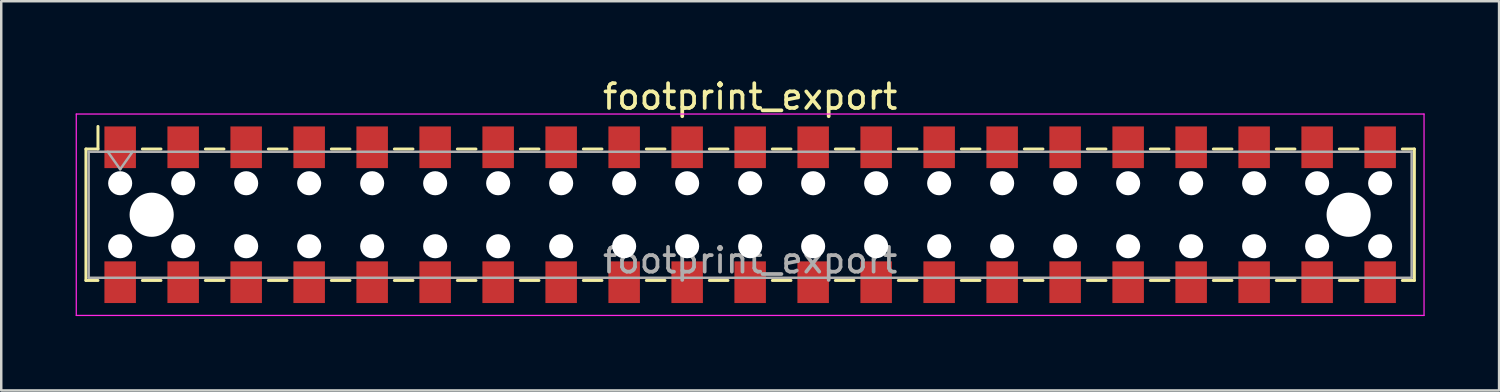
<source format=kicad_pcb>
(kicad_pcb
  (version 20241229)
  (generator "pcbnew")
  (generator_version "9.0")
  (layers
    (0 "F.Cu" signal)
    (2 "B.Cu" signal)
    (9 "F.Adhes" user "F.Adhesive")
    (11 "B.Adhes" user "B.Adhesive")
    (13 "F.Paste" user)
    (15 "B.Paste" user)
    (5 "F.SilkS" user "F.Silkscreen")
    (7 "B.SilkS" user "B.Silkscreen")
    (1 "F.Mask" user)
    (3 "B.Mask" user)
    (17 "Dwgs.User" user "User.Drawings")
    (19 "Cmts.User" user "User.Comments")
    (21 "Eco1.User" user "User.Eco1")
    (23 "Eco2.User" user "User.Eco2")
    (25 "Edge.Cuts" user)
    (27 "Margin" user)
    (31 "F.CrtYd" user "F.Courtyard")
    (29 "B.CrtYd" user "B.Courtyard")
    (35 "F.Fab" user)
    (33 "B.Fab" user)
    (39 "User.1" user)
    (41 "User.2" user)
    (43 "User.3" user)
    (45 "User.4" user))
  (footprint "footprint_export"
    (layer "F.Cu")
    (at 27.195 5.608)
    (property "Reference" "footprint_export" (at 0 -4.76 0) (layer "F.SilkS") (effects (font (size 1 1) (thickness 0.15))))
    (attr smd)
    (fp_line (start -26.78 -2.65) (end -26.78 2.65) (stroke (width 0.12) (type solid)) (layer "F.SilkS"))
    (fp_line (start -26.78 2.65) (end -26.295 2.65) (stroke (width 0.12) (type solid)) (layer "F.SilkS"))
    (fp_line (start -26.295 -3.56) (end -26.295 -2.65) (stroke (width 0.12) (type solid)) (layer "F.SilkS"))
    (fp_line (start -26.295 -2.65) (end -26.78 -2.65) (stroke (width 0.12) (type solid)) (layer "F.SilkS"))
    (fp_line (start -24.505 -2.65) (end -23.755 -2.65) (stroke (width 0.12) (type solid)) (layer "F.SilkS"))
    (fp_line (start -24.505 2.65) (end -23.755 2.65) (stroke (width 0.12) (type solid)) (layer "F.SilkS"))
    (fp_line (start -21.965 -2.65) (end -21.215 -2.65) (stroke (width 0.12) (type solid)) (layer "F.SilkS"))
    (fp_line (start -21.965 2.65) (end -21.215 2.65) (stroke (width 0.12) (type solid)) (layer "F.SilkS"))
    (fp_line (start -19.425 -2.65) (end -18.675 -2.65) (stroke (width 0.12) (type solid)) (layer "F.SilkS"))
    (fp_line (start -19.425 2.65) (end -18.675 2.65) (stroke (width 0.12) (type solid)) (layer "F.SilkS"))
    (fp_line (start -16.885 -2.65) (end -16.135 -2.65) (stroke (width 0.12) (type solid)) (layer "F.SilkS"))
    (fp_line (start -16.885 2.65) (end -16.135 2.65) (stroke (width 0.12) (type solid)) (layer "F.SilkS"))
    (fp_line (start -14.345 -2.65) (end -13.595 -2.65) (stroke (width 0.12) (type solid)) (layer "F.SilkS"))
    (fp_line (start -14.345 2.65) (end -13.595 2.65) (stroke (width 0.12) (type solid)) (layer "F.SilkS"))
    (fp_line (start -11.805 -2.65) (end -11.055 -2.65) (stroke (width 0.12) (type solid)) (layer "F.SilkS"))
    (fp_line (start -11.805 2.65) (end -11.055 2.65) (stroke (width 0.12) (type solid)) (layer "F.SilkS"))
    (fp_line (start -9.265 -2.65) (end -8.515 -2.65) (stroke (width 0.12) (type solid)) (layer "F.SilkS"))
    (fp_line (start -9.265 2.65) (end -8.515 2.65) (stroke (width 0.12) (type solid)) (layer "F.SilkS"))
    (fp_line (start -6.725 -2.65) (end -5.975 -2.65) (stroke (width 0.12) (type solid)) (layer "F.SilkS"))
    (fp_line (start -6.725 2.65) (end -5.975 2.65) (stroke (width 0.12) (type solid)) (layer "F.SilkS"))
    (fp_line (start -4.185 -2.65) (end -3.435 -2.65) (stroke (width 0.12) (type solid)) (layer "F.SilkS"))
    (fp_line (start -4.185 2.65) (end -3.435 2.65) (stroke (width 0.12) (type solid)) (layer "F.SilkS"))
    (fp_line (start -1.645 -2.65) (end -0.895 -2.65) (stroke (width 0.12) (type solid)) (layer "F.SilkS"))
    (fp_line (start -1.645 2.65) (end -0.895 2.65) (stroke (width 0.12) (type solid)) (layer "F.SilkS"))
    (fp_line (start 0.895 -2.65) (end 1.645 -2.65) (stroke (width 0.12) (type solid)) (layer "F.SilkS"))
    (fp_line (start 0.895 2.65) (end 1.645 2.65) (stroke (width 0.12) (type solid)) (layer "F.SilkS"))
    (fp_line (start 3.435 -2.65) (end 4.185 -2.65) (stroke (width 0.12) (type solid)) (layer "F.SilkS"))
    (fp_line (start 3.435 2.65) (end 4.185 2.65) (stroke (width 0.12) (type solid)) (layer "F.SilkS"))
    (fp_line (start 5.975 -2.65) (end 6.725 -2.65) (stroke (width 0.12) (type solid)) (layer "F.SilkS"))
    (fp_line (start 5.975 2.65) (end 6.725 2.65) (stroke (width 0.12) (type solid)) (layer "F.SilkS"))
    (fp_line (start 8.515 -2.65) (end 9.265 -2.65) (stroke (width 0.12) (type solid)) (layer "F.SilkS"))
    (fp_line (start 8.515 2.65) (end 9.265 2.65) (stroke (width 0.12) (type solid)) (layer "F.SilkS"))
    (fp_line (start 11.055 -2.65) (end 11.805 -2.65) (stroke (width 0.12) (type solid)) (layer "F.SilkS"))
    (fp_line (start 11.055 2.65) (end 11.805 2.65) (stroke (width 0.12) (type solid)) (layer "F.SilkS"))
    (fp_line (start 13.595 -2.65) (end 14.345 -2.65) (stroke (width 0.12) (type solid)) (layer "F.SilkS"))
    (fp_line (start 13.595 2.65) (end 14.345 2.65) (stroke (width 0.12) (type solid)) (layer "F.SilkS"))
    (fp_line (start 16.135 -2.65) (end 16.885 -2.65) (stroke (width 0.12) (type solid)) (layer "F.SilkS"))
    (fp_line (start 16.135 2.65) (end 16.885 2.65) (stroke (width 0.12) (type solid)) (layer "F.SilkS"))
    (fp_line (start 18.675 -2.65) (end 19.425 -2.65) (stroke (width 0.12) (type solid)) (layer "F.SilkS"))
    (fp_line (start 18.675 2.65) (end 19.425 2.65) (stroke (width 0.12) (type solid)) (layer "F.SilkS"))
    (fp_line (start 21.215 -2.65) (end 21.965 -2.65) (stroke (width 0.12) (type solid)) (layer "F.SilkS"))
    (fp_line (start 21.215 2.65) (end 21.965 2.65) (stroke (width 0.12) (type solid)) (layer "F.SilkS"))
    (fp_line (start 23.755 -2.65) (end 24.505 -2.65) (stroke (width 0.12) (type solid)) (layer "F.SilkS"))
    (fp_line (start 23.755 2.65) (end 24.505 2.65) (stroke (width 0.12) (type solid)) (layer "F.SilkS"))
    (fp_line (start 26.295 -2.65) (end 26.78 -2.65) (stroke (width 0.12) (type solid)) (layer "F.SilkS"))
    (fp_line (start 26.78 -2.65) (end 26.78 2.65) (stroke (width 0.12) (type solid)) (layer "F.SilkS"))
    (fp_line (start 26.78 2.65) (end 26.295 2.65) (stroke (width 0.12) (type solid)) (layer "F.SilkS"))
    (fp_line (start -27.17 -4.06) (end 27.17 -4.06) (stroke (width 0.05) (type solid)) (layer "F.CrtYd"))
    (fp_line (start -27.17 4.06) (end -27.17 -4.06) (stroke (width 0.05) (type solid)) (layer "F.CrtYd"))
    (fp_line (start 27.17 -4.06) (end 27.17 4.06) (stroke (width 0.05) (type solid)) (layer "F.CrtYd"))
    (fp_line (start 27.17 4.06) (end -27.17 4.06) (stroke (width 0.05) (type solid)) (layer "F.CrtYd"))
    (fp_line (start -26.67 -2.54) (end 26.67 -2.54) (stroke (width 0.1) (type solid)) (layer "F.Fab"))
    (fp_line (start -26.67 2.54) (end -26.67 -2.54) (stroke (width 0.1) (type solid)) (layer "F.Fab"))
    (fp_line (start -25.9 -2.54) (end -25.4 -1.833) (stroke (width 0.1) (type solid)) (layer "F.Fab"))
    (fp_line (start -25.4 -1.833) (end -24.9 -2.54) (stroke (width 0.1) (type solid)) (layer "F.Fab"))
    (fp_line (start 26.67 -2.54) (end 26.67 2.54) (stroke (width 0.1) (type solid)) (layer "F.Fab"))
    (fp_line (start 26.67 2.54) (end -26.67 2.54) (stroke (width 0.1) (type solid)) (layer "F.Fab"))
    (fp_text user "${REFERENCE}" (at 0 1.84 0) (layer "F.Fab") (effects (font (size 1 1) (thickness 0.15))))
    (pad "" np_thru_hole circle (at -25.4 -1.27) (size 0.97 0.97) (drill 0.97) (layers "*.Cu" "*.Mask"))
    (pad "" np_thru_hole circle (at -25.4 1.27) (size 0.97 0.97) (drill 0.97) (layers "*.Cu" "*.Mask"))
    (pad "" np_thru_hole circle (at -24.13 0) (size 1.78 1.78) (drill 1.78) (layers "*.Cu" "*.Mask"))
    (pad "" np_thru_hole circle (at -22.86 -1.27) (size 0.97 0.97) (drill 0.97) (layers "*.Cu" "*.Mask"))
    (pad "" np_thru_hole circle (at -22.86 1.27) (size 0.97 0.97) (drill 0.97) (layers "*.Cu" "*.Mask"))
    (pad "" np_thru_hole circle (at -20.32 -1.27) (size 0.97 0.97) (drill 0.97) (layers "*.Cu" "*.Mask"))
    (pad "" np_thru_hole circle (at -20.32 1.27) (size 0.97 0.97) (drill 0.97) (layers "*.Cu" "*.Mask"))
    (pad "" np_thru_hole circle (at -17.78 -1.27) (size 0.97 0.97) (drill 0.97) (layers "*.Cu" "*.Mask"))
    (pad "" np_thru_hole circle (at -17.78 1.27) (size 0.97 0.97) (drill 0.97) (layers "*.Cu" "*.Mask"))
    (pad "" np_thru_hole circle (at -15.24 -1.27) (size 0.97 0.97) (drill 0.97) (layers "*.Cu" "*.Mask"))
    (pad "" np_thru_hole circle (at -15.24 1.27) (size 0.97 0.97) (drill 0.97) (layers "*.Cu" "*.Mask"))
    (pad "" np_thru_hole circle (at -12.7 -1.27) (size 0.97 0.97) (drill 0.97) (layers "*.Cu" "*.Mask"))
    (pad "" np_thru_hole circle (at -12.7 1.27) (size 0.97 0.97) (drill 0.97) (layers "*.Cu" "*.Mask"))
    (pad "" np_thru_hole circle (at -10.16 -1.27) (size 0.97 0.97) (drill 0.97) (layers "*.Cu" "*.Mask"))
    (pad "" np_thru_hole circle (at -10.16 1.27) (size 0.97 0.97) (drill 0.97) (layers "*.Cu" "*.Mask"))
    (pad "" np_thru_hole circle (at -7.62 -1.27) (size 0.97 0.97) (drill 0.97) (layers "*.Cu" "*.Mask"))
    (pad "" np_thru_hole circle (at -7.62 1.27) (size 0.97 0.97) (drill 0.97) (layers "*.Cu" "*.Mask"))
    (pad "" np_thru_hole circle (at -5.08 -1.27) (size 0.97 0.97) (drill 0.97) (layers "*.Cu" "*.Mask"))
    (pad "" np_thru_hole circle (at -5.08 1.27) (size 0.97 0.97) (drill 0.97) (layers "*.Cu" "*.Mask"))
    (pad "" np_thru_hole circle (at -2.54 -1.27) (size 0.97 0.97) (drill 0.97) (layers "*.Cu" "*.Mask"))
    (pad "" np_thru_hole circle (at -2.54 1.27) (size 0.97 0.97) (drill 0.97) (layers "*.Cu" "*.Mask"))
    (pad "" np_thru_hole circle (at 0 -1.27) (size 0.97 0.97) (drill 0.97) (layers "*.Cu" "*.Mask"))
    (pad "" np_thru_hole circle (at 0 1.27) (size 0.97 0.97) (drill 0.97) (layers "*.Cu" "*.Mask"))
    (pad "" np_thru_hole circle (at 2.54 -1.27) (size 0.97 0.97) (drill 0.97) (layers "*.Cu" "*.Mask"))
    (pad "" np_thru_hole circle (at 2.54 1.27) (size 0.97 0.97) (drill 0.97) (layers "*.Cu" "*.Mask"))
    (pad "" np_thru_hole circle (at 5.08 -1.27) (size 0.97 0.97) (drill 0.97) (layers "*.Cu" "*.Mask"))
    (pad "" np_thru_hole circle (at 5.08 1.27) (size 0.97 0.97) (drill 0.97) (layers "*.Cu" "*.Mask"))
    (pad "" np_thru_hole circle (at 7.62 -1.27) (size 0.97 0.97) (drill 0.97) (layers "*.Cu" "*.Mask"))
    (pad "" np_thru_hole circle (at 7.62 1.27) (size 0.97 0.97) (drill 0.97) (layers "*.Cu" "*.Mask"))
    (pad "" np_thru_hole circle (at 10.16 -1.27) (size 0.97 0.97) (drill 0.97) (layers "*.Cu" "*.Mask"))
    (pad "" np_thru_hole circle (at 10.16 1.27) (size 0.97 0.97) (drill 0.97) (layers "*.Cu" "*.Mask"))
    (pad "" np_thru_hole circle (at 12.7 -1.27) (size 0.97 0.97) (drill 0.97) (layers "*.Cu" "*.Mask"))
    (pad "" np_thru_hole circle (at 12.7 1.27) (size 0.97 0.97) (drill 0.97) (layers "*.Cu" "*.Mask"))
    (pad "" np_thru_hole circle (at 15.24 -1.27) (size 0.97 0.97) (drill 0.97) (layers "*.Cu" "*.Mask"))
    (pad "" np_thru_hole circle (at 15.24 1.27) (size 0.97 0.97) (drill 0.97) (layers "*.Cu" "*.Mask"))
    (pad "" np_thru_hole circle (at 17.78 -1.27) (size 0.97 0.97) (drill 0.97) (layers "*.Cu" "*.Mask"))
    (pad "" np_thru_hole circle (at 17.78 1.27) (size 0.97 0.97) (drill 0.97) (layers "*.Cu" "*.Mask"))
    (pad "" np_thru_hole circle (at 20.32 -1.27) (size 0.97 0.97) (drill 0.97) (layers "*.Cu" "*.Mask"))
    (pad "" np_thru_hole circle (at 20.32 1.27) (size 0.97 0.97) (drill 0.97) (layers "*.Cu" "*.Mask"))
    (pad "" np_thru_hole circle (at 22.86 -1.27) (size 0.97 0.97) (drill 0.97) (layers "*.Cu" "*.Mask"))
    (pad "" np_thru_hole circle (at 22.86 1.27) (size 0.97 0.97) (drill 0.97) (layers "*.Cu" "*.Mask"))
    (pad "" np_thru_hole circle (at 24.13 0) (size 1.78 1.78) (drill 1.78) (layers "*.Cu" "*.Mask"))
    (pad "" np_thru_hole circle (at 25.4 -1.27) (size 0.97 0.97) (drill 0.97) (layers "*.Cu" "*.Mask"))
    (pad "" np_thru_hole circle (at 25.4 1.27) (size 0.97 0.97) (drill 0.97) (layers "*.Cu" "*.Mask"))
    (pad "1" smd rect (at -25.4 -2.72) (size 1.27 1.68) (layers "F.Cu" "F.Mask" "F.Paste"))
    (pad "2" smd rect (at -25.4 2.72) (size 1.27 1.68) (layers "F.Cu" "F.Mask" "F.Paste"))
    (pad "3" smd rect (at -22.86 -2.72) (size 1.27 1.68) (layers "F.Cu" "F.Mask" "F.Paste"))
    (pad "4" smd rect (at -22.86 2.72) (size 1.27 1.68) (layers "F.Cu" "F.Mask" "F.Paste"))
    (pad "5" smd rect (at -20.32 -2.72) (size 1.27 1.68) (layers "F.Cu" "F.Mask" "F.Paste"))
    (pad "6" smd rect (at -20.32 2.72) (size 1.27 1.68) (layers "F.Cu" "F.Mask" "F.Paste"))
    (pad "7" smd rect (at -17.78 -2.72) (size 1.27 1.68) (layers "F.Cu" "F.Mask" "F.Paste"))
    (pad "8" smd rect (at -17.78 2.72) (size 1.27 1.68) (layers "F.Cu" "F.Mask" "F.Paste"))
    (pad "9" smd rect (at -15.24 -2.72) (size 1.27 1.68) (layers "F.Cu" "F.Mask" "F.Paste"))
    (pad "10" smd rect (at -15.24 2.72) (size 1.27 1.68) (layers "F.Cu" "F.Mask" "F.Paste"))
    (pad "11" smd rect (at -12.7 -2.72) (size 1.27 1.68) (layers "F.Cu" "F.Mask" "F.Paste"))
    (pad "12" smd rect (at -12.7 2.72) (size 1.27 1.68) (layers "F.Cu" "F.Mask" "F.Paste"))
    (pad "13" smd rect (at -10.16 -2.72) (size 1.27 1.68) (layers "F.Cu" "F.Mask" "F.Paste"))
    (pad "14" smd rect (at -10.16 2.72) (size 1.27 1.68) (layers "F.Cu" "F.Mask" "F.Paste"))
    (pad "15" smd rect (at -7.62 -2.72) (size 1.27 1.68) (layers "F.Cu" "F.Mask" "F.Paste"))
    (pad "16" smd rect (at -7.62 2.72) (size 1.27 1.68) (layers "F.Cu" "F.Mask" "F.Paste"))
    (pad "17" smd rect (at -5.08 -2.72) (size 1.27 1.68) (layers "F.Cu" "F.Mask" "F.Paste"))
    (pad "18" smd rect (at -5.08 2.72) (size 1.27 1.68) (layers "F.Cu" "F.Mask" "F.Paste"))
    (pad "19" smd rect (at -2.54 -2.72) (size 1.27 1.68) (layers "F.Cu" "F.Mask" "F.Paste"))
    (pad "20" smd rect (at -2.54 2.72) (size 1.27 1.68) (layers "F.Cu" "F.Mask" "F.Paste"))
    (pad "21" smd rect (at 0 -2.72) (size 1.27 1.68) (layers "F.Cu" "F.Mask" "F.Paste"))
    (pad "22" smd rect (at 0 2.72) (size 1.27 1.68) (layers "F.Cu" "F.Mask" "F.Paste"))
    (pad "23" smd rect (at 2.54 -2.72) (size 1.27 1.68) (layers "F.Cu" "F.Mask" "F.Paste"))
    (pad "24" smd rect (at 2.54 2.72) (size 1.27 1.68) (layers "F.Cu" "F.Mask" "F.Paste"))
    (pad "25" smd rect (at 5.08 -2.72) (size 1.27 1.68) (layers "F.Cu" "F.Mask" "F.Paste"))
    (pad "26" smd rect (at 5.08 2.72) (size 1.27 1.68) (layers "F.Cu" "F.Mask" "F.Paste"))
    (pad "27" smd rect (at 7.62 -2.72) (size 1.27 1.68) (layers "F.Cu" "F.Mask" "F.Paste"))
    (pad "28" smd rect (at 7.62 2.72) (size 1.27 1.68) (layers "F.Cu" "F.Mask" "F.Paste"))
    (pad "29" smd rect (at 10.16 -2.72) (size 1.27 1.68) (layers "F.Cu" "F.Mask" "F.Paste"))
    (pad "30" smd rect (at 10.16 2.72) (size 1.27 1.68) (layers "F.Cu" "F.Mask" "F.Paste"))
    (pad "31" smd rect (at 12.7 -2.72) (size 1.27 1.68) (layers "F.Cu" "F.Mask" "F.Paste"))
    (pad "32" smd rect (at 12.7 2.72) (size 1.27 1.68) (layers "F.Cu" "F.Mask" "F.Paste"))
    (pad "33" smd rect (at 15.24 -2.72) (size 1.27 1.68) (layers "F.Cu" "F.Mask" "F.Paste"))
    (pad "34" smd rect (at 15.24 2.72) (size 1.27 1.68) (layers "F.Cu" "F.Mask" "F.Paste"))
    (pad "35" smd rect (at 17.78 -2.72) (size 1.27 1.68) (layers "F.Cu" "F.Mask" "F.Paste"))
    (pad "36" smd rect (at 17.78 2.72) (size 1.27 1.68) (layers "F.Cu" "F.Mask" "F.Paste"))
    (pad "37" smd rect (at 20.32 -2.72) (size 1.27 1.68) (layers "F.Cu" "F.Mask" "F.Paste"))
    (pad "38" smd rect (at 20.32 2.72) (size 1.27 1.68) (layers "F.Cu" "F.Mask" "F.Paste"))
    (pad "39" smd rect (at 22.86 -2.72) (size 1.27 1.68) (layers "F.Cu" "F.Mask" "F.Paste"))
    (pad "40" smd rect (at 22.86 2.72) (size 1.27 1.68) (layers "F.Cu" "F.Mask" "F.Paste"))
    (pad "41" smd rect (at 25.4 -2.72) (size 1.27 1.68) (layers "F.Cu" "F.Mask" "F.Paste"))
    (pad "42" smd rect (at 25.4 2.72) (size 1.27 1.68) (layers "F.Cu" "F.Mask" "F.Paste")))
  (gr_rect
    (start -3 -3)
    (end 57.39 12.693)
    (stroke (width 0.1) (type default))
    (fill no)
    (layer "Edge.Cuts")))
</source>
